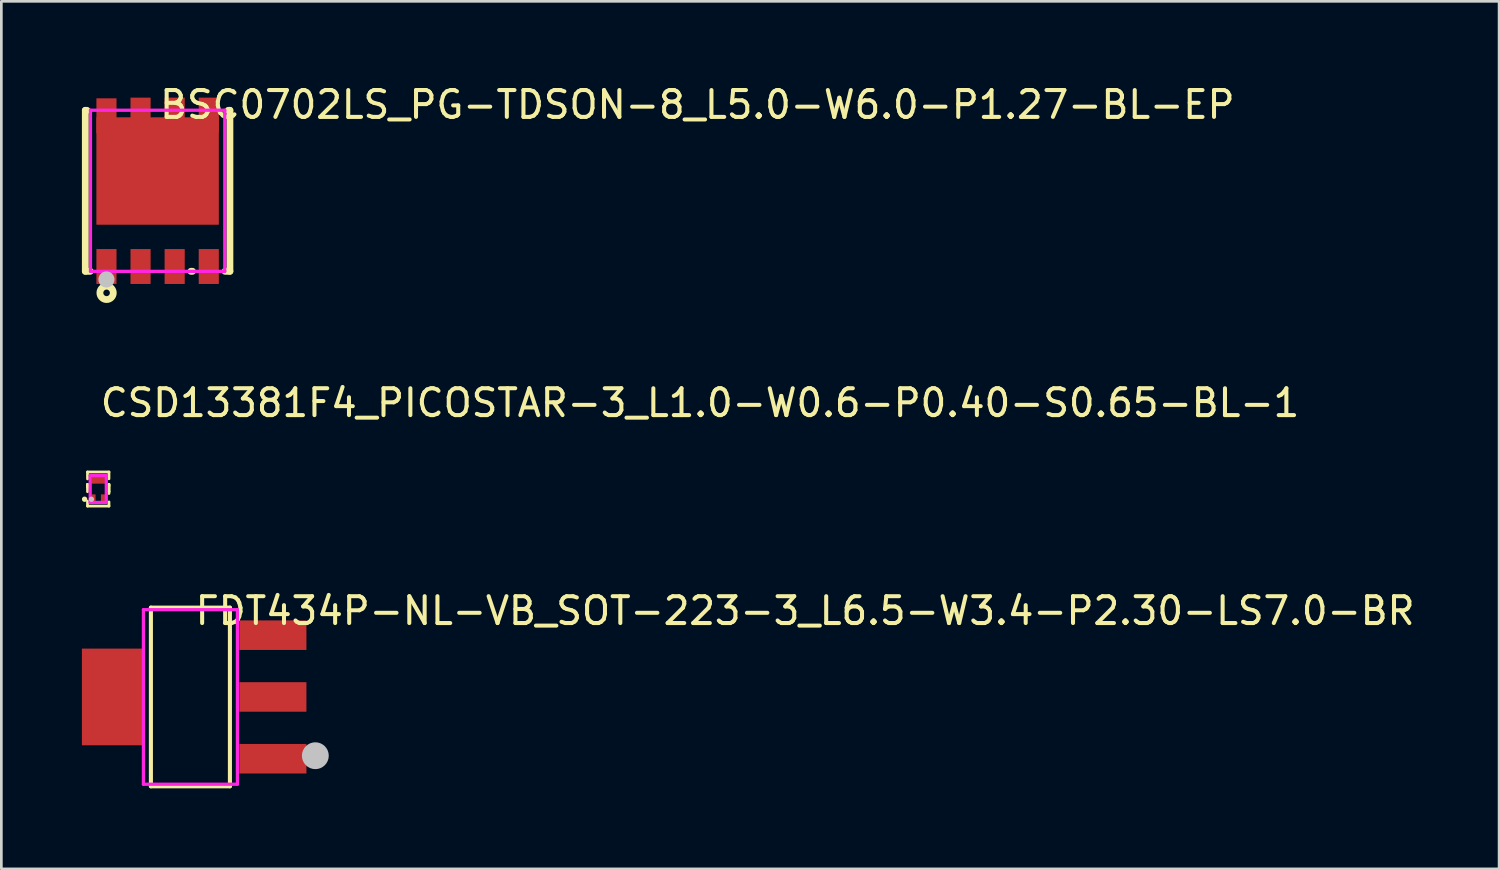
<source format=kicad_pcb>
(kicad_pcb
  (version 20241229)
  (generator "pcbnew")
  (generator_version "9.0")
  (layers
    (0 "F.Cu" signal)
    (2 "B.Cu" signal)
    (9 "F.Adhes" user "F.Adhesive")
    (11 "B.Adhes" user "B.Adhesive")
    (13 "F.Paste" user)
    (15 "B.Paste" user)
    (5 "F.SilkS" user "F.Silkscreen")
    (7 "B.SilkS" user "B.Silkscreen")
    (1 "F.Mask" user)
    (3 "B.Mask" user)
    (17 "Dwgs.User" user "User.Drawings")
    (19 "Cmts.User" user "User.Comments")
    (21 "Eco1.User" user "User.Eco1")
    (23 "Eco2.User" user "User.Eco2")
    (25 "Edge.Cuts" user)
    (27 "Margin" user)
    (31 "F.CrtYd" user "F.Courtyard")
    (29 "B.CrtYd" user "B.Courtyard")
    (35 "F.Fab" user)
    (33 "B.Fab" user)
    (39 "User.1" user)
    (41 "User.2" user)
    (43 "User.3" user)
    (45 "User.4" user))
  (footprint "FDT434P-NL-VB_SOT-223-3_L6.5-W3.4-P2.30-LS7.0-BR"
    (layer "F.Cu")
    (at 4.14 22.902)
    (property "Reference" "FDT434P-NL-VB_SOT-223-3_L6.5-W3.4-P2.30-LS7.0-BR" (at 0 -3.207 0) (layer "F.SilkS") (effects (font (size 1 1) (thickness 0.15)) (justify left)))
    (attr through_hole)
    (fp_line (start -1.571 -3.326) (end 1.371 -3.326) (stroke (width 0.152) (type solid)) (layer "F.SilkS"))
    (fp_line (start -1.571 3.326) (end -1.571 -3.326) (stroke (width 0.152) (type solid)) (layer "F.SilkS"))
    (fp_line (start 1.371 -3.326) (end 1.371 3.326) (stroke (width 0.152) (type solid)) (layer "F.SilkS"))
    (fp_line (start 1.371 3.326) (end -1.571 3.326) (stroke (width 0.152) (type solid)) (layer "F.SilkS"))
    (fp_circle (center 4.552 2.188) (end 4.802 2.188) (stroke (width 0.5) (type solid)) (fill no) (layer "Dwgs.User"))
    (fp_line (start -2.86 -1.5) (end -1.84 -1.5) (stroke (width 0.12) (type solid)) (layer "Eco2.User"))
    (fp_line (start -2.86 1.5) (end -2.86 -1.5) (stroke (width 0.12) (type solid)) (layer "Eco2.User"))
    (fp_line (start -1.84 -1.5) (end -1.84 1.5) (stroke (width 0.12) (type solid)) (layer "Eco2.User"))
    (fp_line (start -1.84 1.5) (end -2.86 1.5) (stroke (width 0.12) (type solid)) (layer "Eco2.User"))
    (fp_line (start 1.64 -2.675) (end 2.66 -2.675) (stroke (width 0.12) (type solid)) (layer "Eco2.User"))
    (fp_line (start 1.64 -1.925) (end 1.64 -2.675) (stroke (width 0.12) (type solid)) (layer "Eco2.User"))
    (fp_line (start 1.64 -0.375) (end 2.66 -0.375) (stroke (width 0.12) (type solid)) (layer "Eco2.User"))
    (fp_line (start 1.64 0.375) (end 1.64 -0.375) (stroke (width 0.12) (type solid)) (layer "Eco2.User"))
    (fp_line (start 1.64 1.925) (end 2.66 1.925) (stroke (width 0.12) (type solid)) (layer "Eco2.User"))
    (fp_line (start 1.64 2.675) (end 1.64 1.925) (stroke (width 0.12) (type solid)) (layer "Eco2.User"))
    (fp_line (start 2.66 -2.675) (end 2.66 -1.925) (stroke (width 0.12) (type solid)) (layer "Eco2.User"))
    (fp_line (start 2.66 -1.925) (end 1.64 -1.925) (stroke (width 0.12) (type solid)) (layer "Eco2.User"))
    (fp_line (start 2.66 -0.375) (end 2.66 0.375) (stroke (width 0.12) (type solid)) (layer "Eco2.User"))
    (fp_line (start 2.66 0.375) (end 1.64 0.375) (stroke (width 0.12) (type solid)) (layer "Eco2.User"))
    (fp_line (start 2.66 1.925) (end 2.66 2.675) (stroke (width 0.12) (type solid)) (layer "Eco2.User"))
    (fp_line (start 2.66 2.675) (end 1.64 2.675) (stroke (width 0.12) (type solid)) (layer "Eco2.User"))
    (fp_circle (center 3.4 3.25) (end 3.43 3.25) (stroke (width 0.06) (type solid)) (fill no) (layer "Eco2.User"))
    (fp_poly (pts (xy -3.6 1.5) (xy -3.6 -1.5) (xy -2.85 -1.5) (xy -2.85 1.5)) (stroke (width 0.12) (type solid)) (fill no) (layer "Eco2.User"))
    (fp_poly (pts (xy 2.65 -1.925) (xy 2.65 -2.675) (xy 3.4 -2.675) (xy 3.4 -1.925)) (stroke (width 0.12) (type solid)) (fill no) (layer "Eco2.User"))
    (fp_poly (pts (xy 2.65 0.375) (xy 2.65 -0.375) (xy 3.4 -0.375) (xy 3.4 0.375)) (stroke (width 0.12) (type solid)) (fill no) (layer "Eco2.User"))
    (fp_poly (pts (xy 2.65 2.675) (xy 2.65 1.925) (xy 3.4 1.925) (xy 3.4 2.675)) (stroke (width 0.12) (type solid)) (fill no) (layer "Eco2.User"))
    (fp_line (start -1.85 -3.25) (end 1.65 -3.25) (stroke (width 0.12) (type solid)) (layer "F.CrtYd"))
    (fp_line (start -1.85 3.25) (end -1.85 -3.25) (stroke (width 0.12) (type solid)) (layer "F.CrtYd"))
    (fp_line (start 1.65 -3.25) (end 1.65 3.25) (stroke (width 0.12) (type solid)) (layer "F.CrtYd"))
    (fp_line (start 1.65 3.25) (end -1.85 3.25) (stroke (width 0.12) (type solid)) (layer "F.CrtYd"))
    (pad "1" smd rect (at 2.97 2.3) (size 2.5 1.1) (layers "F.Cu" "F.Mask" "F.Paste"))
    (pad "2" smd rect (at 2.97 0) (size 2.5 1.1) (layers "F.Cu" "F.Mask" "F.Paste"))
    (pad "3" smd rect (at 2.97 -2.3) (size 2.5 1.1) (layers "F.Cu" "F.Mask" "F.Paste"))
    (pad "4" smd rect (at -2.97 0) (size 2.34 3.6) (layers "F.Cu" "F.Mask" "F.Paste")))
  (footprint "CSD13381F4_PICOSTAR-3_L1.0-W0.6-P0.40-S0.65-BL-1"
    (layer "F.Cu")
    (at 0.608 15.159)
    (property "Reference" "CSD13381F4_PICOSTAR-3_L1.0-W0.6-P0.40-S0.65-BL-1" (at 0 -3.207 0) (layer "F.SilkS") (effects (font (size 1 1) (thickness 0.15)) (justify left)))
    (attr through_hole)
    (fp_line (start -0.4 -0.634) (end -0.4 -0.377) (stroke (width 0.102) (type solid)) (layer "F.SilkS"))
    (fp_line (start -0.4 -0.172) (end -0.4 -0.1) (stroke (width 0.102) (type solid)) (layer "F.SilkS"))
    (fp_line (start -0.4 -0.172) (end -0.4 -0.063) (stroke (width 0.102) (type solid)) (layer "F.SilkS"))
    (fp_line (start -0.4 -0.172) (end -0.4 0.1) (stroke (width 0.102) (type solid)) (layer "F.SilkS"))
    (fp_line (start -0.4 0.451) (end -0.4 0.636) (stroke (width 0.102) (type solid)) (layer "F.SilkS"))
    (fp_line (start -0.4 0.636) (end 0.4 0.636) (stroke (width 0.102) (type solid)) (layer "F.SilkS"))
    (fp_line (start 0.4 -0.634) (end -0.4 -0.634) (stroke (width 0.102) (type solid)) (layer "F.SilkS"))
    (fp_line (start 0.4 -0.38) (end 0.4 -0.634) (stroke (width 0.102) (type solid)) (layer "F.SilkS"))
    (fp_line (start 0.4 -0.121) (end 0.4 -0.17) (stroke (width 0.102) (type solid)) (layer "F.SilkS"))
    (fp_line (start 0.4 0.101) (end 0.4 -0.17) (stroke (width 0.102) (type solid)) (layer "F.SilkS"))
    (fp_line (start 0.4 0.101) (end 0.4 -0.17) (stroke (width 0.102) (type solid)) (layer "F.SilkS"))
    (fp_line (start 0.4 0.101) (end 0.4 0.169) (stroke (width 0.102) (type solid)) (layer "F.SilkS"))
    (fp_line (start 0.4 0.48) (end 0.4 0.636) (stroke (width 0.102) (type solid)) (layer "F.SilkS"))
    (fp_circle (center -0.508 0.381) (end -0.458 0.381) (stroke (width 0.1) (type solid)) (fill no) (layer "F.SilkS"))
    (fp_circle (center -0.254 0.381) (end -0.204 0.381) (stroke (width 0.1) (type solid)) (fill no) (layer "Dwgs.User"))
    (fp_circle (center -0.3 0.5) (end -0.27 0.5) (stroke (width 0.06) (type solid)) (fill no) (layer "Eco2.User"))
    (fp_poly (pts (xy -0.25 -0.45) (xy 0.25 -0.45) (xy 0.25 -0.2) (xy -0.25 -0.2)) (stroke (width 0.12) (type solid)) (fill no) (layer "Eco2.User"))
    (fp_poly (pts (xy -0.25 0.2) (xy -0.1 0.2) (xy -0.1 0.45) (xy -0.25 0.45)) (stroke (width 0.12) (type solid)) (fill no) (layer "Eco2.User"))
    (fp_poly (pts (xy 0.1 0.2) (xy 0.25 0.2) (xy 0.25 0.45) (xy 0.1 0.45)) (stroke (width 0.12) (type solid)) (fill no) (layer "Eco2.User"))
    (fp_line (start -0.3 -0.5) (end 0.3 -0.5) (stroke (width 0.12) (type solid)) (layer "F.CrtYd"))
    (fp_line (start -0.3 0.5) (end -0.3 -0.5) (stroke (width 0.12) (type solid)) (layer "F.CrtYd"))
    (fp_line (start 0.3 -0.5) (end 0.3 0.5) (stroke (width 0.12) (type solid)) (layer "F.CrtYd"))
    (fp_line (start 0.3 0.5) (end -0.3 0.5) (stroke (width 0.12) (type solid)) (layer "F.CrtYd"))
    (pad "1" smd rect (at -0.175 0.325) (size 0.15 0.25) (layers "F.Cu" "F.Mask" "F.Paste"))
    (pad "2" smd rect (at 0.175 0.325) (size 0.15 0.25) (layers "F.Cu" "F.Mask" "F.Paste"))
    (pad "3" smd rect (at 0 -0.325) (size 0.5 0.25) (layers "F.Cu" "F.Mask" "F.Paste")))
  (footprint "BSC0702LS_PG-TDSON-8_L5.0-W6.0-P1.27-BL-EP"
    (layer "F.Cu")
    (at 2.819 4.055)
    (property "Reference" "BSC0702LS_PG-TDSON-8_L5.0-W6.0-P1.27-BL-EP" (at 0 -3.207 0) (layer "F.SilkS") (effects (font (size 1 1) (thickness 0.15)) (justify left)))
    (attr through_hole)
    (fp_line (start -2.692 -2.997) (end -2.631 -2.997) (stroke (width 0.254) (type solid)) (layer "F.SilkS"))
    (fp_line (start -2.692 2.997) (end -2.692 -2.997) (stroke (width 0.254) (type solid)) (layer "F.SilkS"))
    (fp_line (start -2.692 2.997) (end -2.511 2.997) (stroke (width 0.254) (type solid)) (layer "F.SilkS"))
    (fp_line (start 1.241 2.997) (end 1.299 2.997) (stroke (width 0.254) (type solid)) (layer "F.SilkS"))
    (fp_line (start 2.511 2.997) (end 2.692 2.997) (stroke (width 0.254) (type solid)) (layer "F.SilkS"))
    (fp_line (start 2.631 -2.997) (end 2.692 -2.997) (stroke (width 0.254) (type solid)) (layer "F.SilkS"))
    (fp_line (start 2.692 -2.997) (end 2.692 2.997) (stroke (width 0.254) (type solid)) (layer "F.SilkS"))
    (fp_circle (center -1.9 3.8) (end -1.778 3.8) (stroke (width 0.254) (type solid)) (fill no) (layer "F.SilkS"))
    (fp_poly (pts (xy -1.53 3.47) (xy -1.53 2.169) (xy -2.28 2.169) (xy -2.28 3.47)) (stroke (width 0.12) (type solid)) (fill yes) (layer "F.Paste"))
    (fp_poly (pts (xy -1.01 2.169) (xy -1.01 3.47) (xy -0.26 3.47) (xy -0.26 2.169)) (stroke (width 0.12) (type solid)) (fill yes) (layer "F.Paste"))
    (fp_poly (pts (xy 0.26 2.169) (xy 0.26 3.47) (xy 1.01 3.47) (xy 1.01 2.169)) (stroke (width 0.12) (type solid)) (fill yes) (layer "F.Paste"))
    (fp_poly (pts (xy 1.53 2.169) (xy 1.53 3.47) (xy 2.28 3.47) (xy 2.28 2.169)) (stroke (width 0.12) (type solid)) (fill yes) (layer "F.Paste"))
    (fp_poly (pts (xy 1.01 -2.737) (xy 1.01 -3.47) (xy 0.26 -3.47) (xy 0.26 -2.737) (xy -0.26 -2.737) (xy -0.26 -3.47) (xy -1.01 -3.47) (xy -1.01 -2.737) (xy -1.53 -2.737) (xy -1.53 -3.444) (xy -2.28 -3.444) (xy -2.28 -2.737) (xy -2.28 1.263) (xy 2.28 1.263) (xy 2.28 -2.737) (xy 2.28 -3.47) (xy 1.53 -3.47) (xy 1.53 -2.737)) (stroke (width 0.12) (type solid)) (fill yes) (layer "F.Paste"))
    (fp_circle (center -1.905 3.302) (end -1.755 3.302) (stroke (width 0.3) (type solid)) (fill no) (layer "Dwgs.User"))
    (fp_circle (center -2.5 3) (end -2.47 3) (stroke (width 0.06) (type solid)) (fill no) (layer "Eco2.User"))
    (fp_poly (pts (xy -2.125 -2.45) (xy -2.125 -3) (xy -1.685 -3) (xy -1.685 -2.45)) (stroke (width 0.12) (type solid)) (fill no) (layer "Eco2.User"))
    (fp_poly (pts (xy -1.685 2.45) (xy -1.685 3) (xy -2.125 3) (xy -2.125 2.45)) (stroke (width 0.12) (type solid)) (fill no) (layer "Eco2.User"))
    (fp_poly (pts (xy -0.855 -2.45) (xy -0.855 -3) (xy -0.415 -3) (xy -0.415 -2.45)) (stroke (width 0.12) (type solid)) (fill no) (layer "Eco2.User"))
    (fp_poly (pts (xy -0.415 2.45) (xy -0.415 3) (xy -0.855 3) (xy -0.855 2.45)) (stroke (width 0.12) (type solid)) (fill no) (layer "Eco2.User"))
    (fp_poly (pts (xy 0.415 -2.45) (xy 0.415 -3) (xy 0.855 -3) (xy 0.855 -2.45)) (stroke (width 0.12) (type solid)) (fill no) (layer "Eco2.User"))
    (fp_poly (pts (xy 0.855 2.45) (xy 0.855 3) (xy 0.415 3) (xy 0.415 2.45)) (stroke (width 0.12) (type solid)) (fill no) (layer "Eco2.User"))
    (fp_poly (pts (xy 1.685 -2.45) (xy 1.685 -3) (xy 2.125 -3) (xy 2.125 -2.45)) (stroke (width 0.12) (type solid)) (fill no) (layer "Eco2.User"))
    (fp_poly (pts (xy 2.125 2.45) (xy 2.125 3) (xy 1.685 3) (xy 1.685 2.45)) (stroke (width 0.12) (type solid)) (fill no) (layer "Eco2.User"))
    (fp_poly (pts (xy 2.15 -2.52) (xy 2.15 1.08) (xy -2.15 1.08) (xy -2.15 -2.52)) (stroke (width 0.12) (type solid)) (fill no) (layer "Eco2.User"))
    (fp_line (start -2.5 -3) (end 2.5 -3) (stroke (width 0.12) (type solid)) (layer "F.CrtYd"))
    (fp_line (start -2.5 3) (end -2.5 -3) (stroke (width 0.12) (type solid)) (layer "F.CrtYd"))
    (fp_line (start 2.5 -3) (end 2.5 3) (stroke (width 0.12) (type solid)) (layer "F.CrtYd"))
    (fp_line (start 2.5 3) (end -2.5 3) (stroke (width 0.12) (type solid)) (layer "F.CrtYd"))
    (pad "1" smd rect (at -1.905 2.819 90) (size 1.3 0.749) (layers "F.Cu" "F.Mask" "F.Paste"))
    (pad "2" smd rect (at -0.635 2.819 90) (size 1.3 0.749) (layers "F.Cu" "F.Mask" "F.Paste"))
    (pad "3" smd rect (at 0.635 2.819 90) (size 1.3 0.749) (layers "F.Cu" "F.Mask" "F.Paste"))
    (pad "4" smd rect (at 1.905 2.819 90) (size 1.3 0.749) (layers "F.Cu" "F.Mask" "F.Paste"))
    (pad "5" smd rect (at 1.905 -2.819 270) (size 1.3 0.749) (layers "F.Cu" "F.Mask" "F.Paste"))
    (pad "6" smd rect (at 0.635 -2.819 270) (size 1.3 0.749) (layers "F.Cu" "F.Mask" "F.Paste"))
    (pad "7" smd rect (at -0.635 -2.819 270) (size 1.3 0.749) (layers "F.Cu" "F.Mask" "F.Paste"))
    (pad "8" smd rect (at -1.905 -2.794 270) (size 1.3 0.749) (layers "F.Cu" "F.Mask" "F.Paste"))
    (pad "8" smd rect (at 0 -0.737) (size 4.56 4) (layers "F.Cu" "F.Mask" "F.Paste")))
  (gr_rect
    (start -3 -3)
    (end 52.771 29.304)
    (stroke (width 0.1) (type default))
    (fill no)
    (layer "Edge.Cuts")))
</source>
